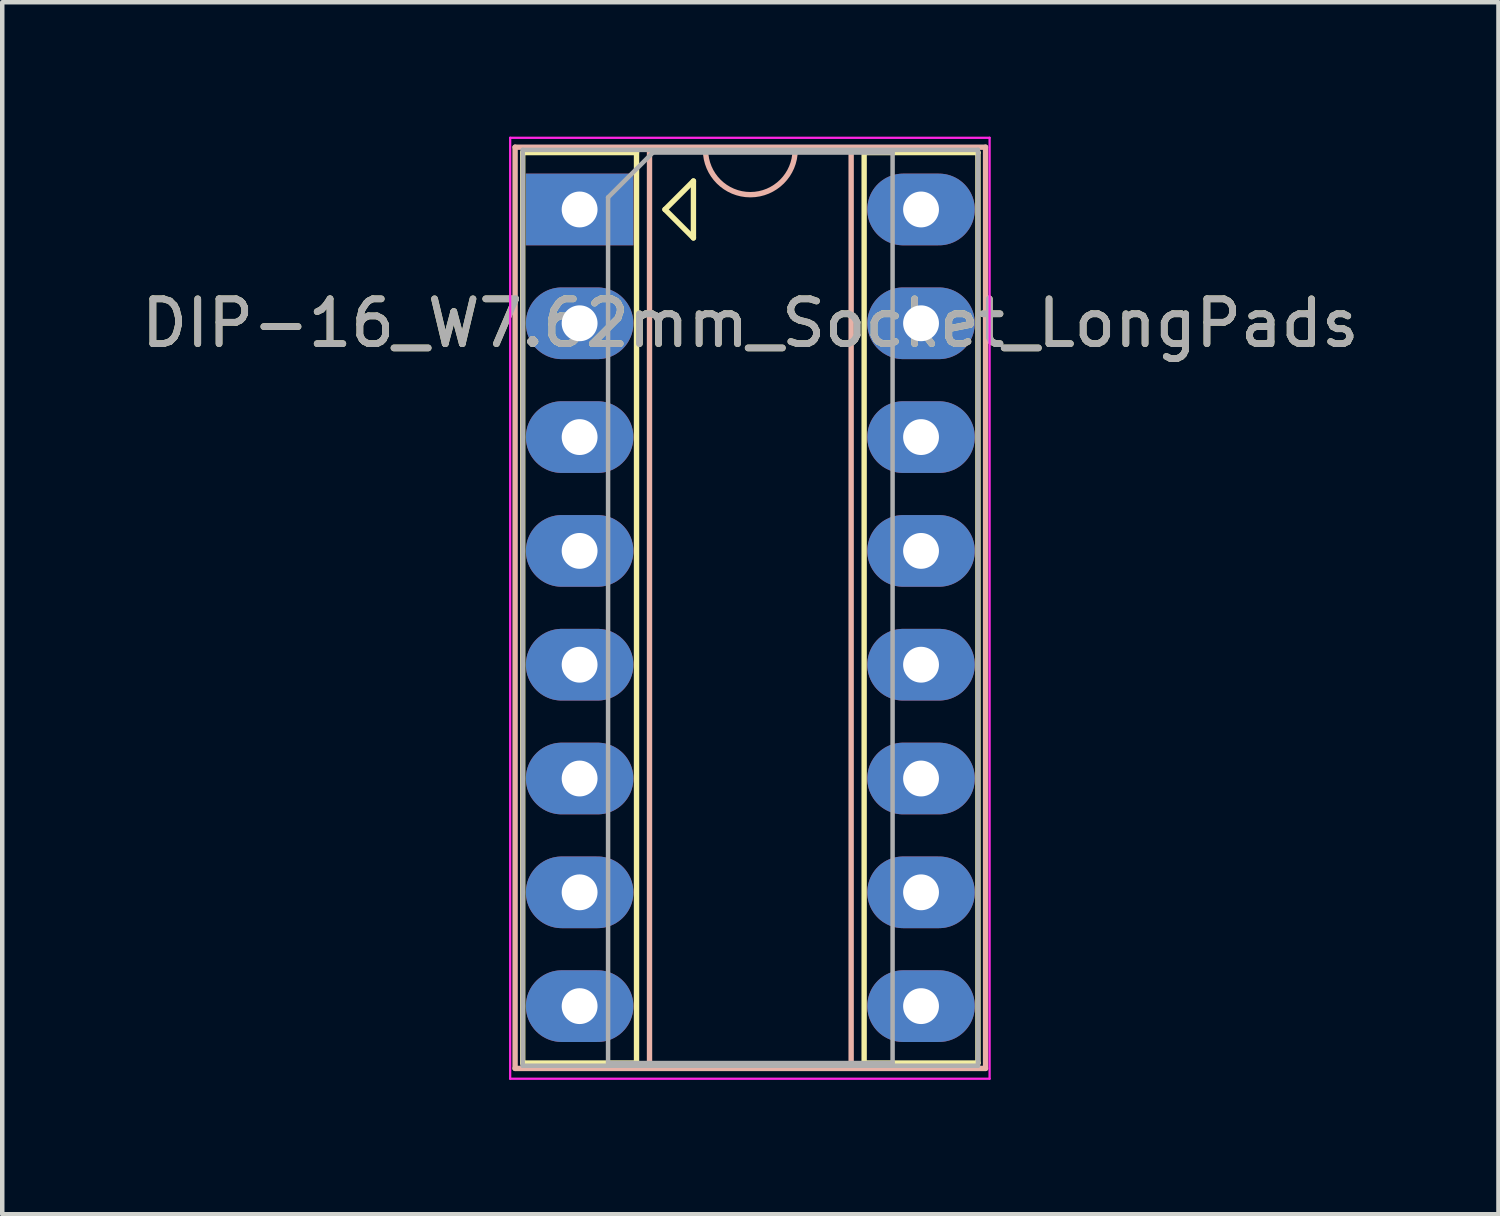
<source format=kicad_pcb>
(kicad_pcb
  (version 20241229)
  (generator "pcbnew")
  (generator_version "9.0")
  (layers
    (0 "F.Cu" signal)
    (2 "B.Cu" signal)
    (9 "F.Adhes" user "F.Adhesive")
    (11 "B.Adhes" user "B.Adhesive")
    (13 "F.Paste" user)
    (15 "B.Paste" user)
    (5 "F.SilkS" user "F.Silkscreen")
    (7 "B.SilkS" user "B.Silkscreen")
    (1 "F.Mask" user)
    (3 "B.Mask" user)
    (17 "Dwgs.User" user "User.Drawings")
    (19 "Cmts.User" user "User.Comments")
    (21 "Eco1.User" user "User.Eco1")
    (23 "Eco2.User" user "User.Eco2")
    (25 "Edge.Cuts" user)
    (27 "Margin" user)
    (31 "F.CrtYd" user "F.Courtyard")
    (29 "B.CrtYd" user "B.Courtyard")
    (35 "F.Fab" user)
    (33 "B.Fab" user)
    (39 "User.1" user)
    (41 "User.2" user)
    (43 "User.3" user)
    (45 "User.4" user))
  (footprint "DIP-16_W7.62mm_Socket_LongPads"
    (layer "F.Cu")
    (at 9.886 1.625)
    (property "Reference" "DIP-16_W7.62mm_Socket_LongPads" (at 3.81 2.54 0) (layer "F.SilkS") (effects (font (size 1 1) (thickness 0.15))))
    (attr through_hole)
    (fp_line (start -1.27 -1.27) (end 1.27 -1.27) (stroke (width 0.12) (type solid)) (layer "F.SilkS"))
    (fp_line (start -1.27 19.05) (end -1.27 -1.27) (stroke (width 0.12) (type solid)) (layer "F.SilkS"))
    (fp_line (start 1.27 -1.27) (end 1.27 19.05) (stroke (width 0.12) (type solid)) (layer "F.SilkS"))
    (fp_line (start 1.27 19.05) (end -1.27 19.05) (stroke (width 0.12) (type solid)) (layer "F.SilkS"))
    (fp_line (start 1.905 0) (end 2.54 -0.635) (stroke (width 0.12) (type solid)) (layer "F.SilkS"))
    (fp_line (start 2.54 -0.635) (end 2.54 0.635) (stroke (width 0.12) (type solid)) (layer "F.SilkS"))
    (fp_line (start 2.54 0.635) (end 1.905 0) (stroke (width 0.12) (type solid)) (layer "F.SilkS"))
    (fp_line (start 6.35 -1.27) (end 8.89 -1.27) (stroke (width 0.12) (type solid)) (layer "F.SilkS"))
    (fp_line (start 6.35 19.05) (end 6.35 -1.27) (stroke (width 0.12) (type solid)) (layer "F.SilkS"))
    (fp_line (start 8.89 -1.27) (end 8.89 19.05) (stroke (width 0.12) (type solid)) (layer "F.SilkS"))
    (fp_line (start 8.89 19.05) (end 6.35 19.05) (stroke (width 0.12) (type solid)) (layer "F.SilkS"))
    (fp_line (start -1.44 -1.39) (end -1.44 19.17) (stroke (width 0.12) (type solid)) (layer "B.SilkS"))
    (fp_line (start -1.44 19.17) (end 9.06 19.17) (stroke (width 0.12) (type solid)) (layer "B.SilkS"))
    (fp_line (start 1.56 -1.33) (end 1.56 19.11) (stroke (width 0.12) (type solid)) (layer "B.SilkS"))
    (fp_line (start 1.56 19.11) (end 6.06 19.11) (stroke (width 0.12) (type solid)) (layer "B.SilkS"))
    (fp_line (start 2.81 -1.33) (end 1.56 -1.33) (stroke (width 0.12) (type solid)) (layer "B.SilkS"))
    (fp_line (start 6.06 -1.33) (end 4.81 -1.33) (stroke (width 0.12) (type solid)) (layer "B.SilkS"))
    (fp_line (start 6.06 19.11) (end 6.06 -1.33) (stroke (width 0.12) (type solid)) (layer "B.SilkS"))
    (fp_line (start 9.06 -1.39) (end -1.44 -1.39) (stroke (width 0.12) (type solid)) (layer "B.SilkS"))
    (fp_line (start 9.06 19.17) (end 9.06 -1.39) (stroke (width 0.12) (type solid)) (layer "B.SilkS"))
    (fp_arc (start 4.81 -1.33) (mid 3.81 -0.33) (end 2.81 -1.33) (stroke (width 0.12) (type solid)) (layer "B.SilkS"))
    (fp_line (start -1.55 -1.6) (end -1.55 19.4) (stroke (width 0.05) (type solid)) (layer "F.CrtYd"))
    (fp_line (start -1.55 19.4) (end 9.15 19.4) (stroke (width 0.05) (type solid)) (layer "F.CrtYd"))
    (fp_line (start 9.15 -1.6) (end -1.55 -1.6) (stroke (width 0.05) (type solid)) (layer "F.CrtYd"))
    (fp_line (start 9.15 19.4) (end 9.15 -1.6) (stroke (width 0.05) (type solid)) (layer "F.CrtYd"))
    (fp_line (start -1.27 -1.33) (end -1.27 19.11) (stroke (width 0.1) (type solid)) (layer "F.Fab"))
    (fp_line (start -1.27 19.11) (end 8.89 19.11) (stroke (width 0.1) (type solid)) (layer "F.Fab"))
    (fp_line (start 0.635 -0.27) (end 1.635 -1.27) (stroke (width 0.1) (type solid)) (layer "F.Fab"))
    (fp_line (start 0.635 19.05) (end 0.635 -0.27) (stroke (width 0.1) (type solid)) (layer "F.Fab"))
    (fp_line (start 1.635 -1.27) (end 6.985 -1.27) (stroke (width 0.1) (type solid)) (layer "F.Fab"))
    (fp_line (start 6.985 -1.27) (end 6.985 19.05) (stroke (width 0.1) (type solid)) (layer "F.Fab"))
    (fp_line (start 6.985 19.05) (end 0.635 19.05) (stroke (width 0.1) (type solid)) (layer "F.Fab"))
    (fp_line (start 8.89 -1.33) (end -1.27 -1.33) (stroke (width 0.1) (type solid)) (layer "F.Fab"))
    (fp_line (start 8.89 19.11) (end 8.89 -1.33) (stroke (width 0.1) (type solid)) (layer "F.Fab"))
    (fp_text user "${REFERENCE}" (at 3.81 2.54 0) (layer "F.Fab") (effects (font (size 1 1) (thickness 0.15))))
    (pad "1" thru_hole rect (at 0 0) (size 2.4 1.6) (drill 0.8) (layers "*.Cu" "*.Mask"))
    (pad "2" thru_hole oval (at 0 2.54) (size 2.4 1.6) (drill 0.8) (layers "*.Cu" "*.Mask"))
    (pad "3" thru_hole oval (at 0 5.08) (size 2.4 1.6) (drill 0.8) (layers "*.Cu" "*.Mask"))
    (pad "4" thru_hole oval (at 0 7.62) (size 2.4 1.6) (drill 0.8) (layers "*.Cu" "*.Mask"))
    (pad "5" thru_hole oval (at 0 10.16) (size 2.4 1.6) (drill 0.8) (layers "*.Cu" "*.Mask"))
    (pad "6" thru_hole oval (at 0 12.7) (size 2.4 1.6) (drill 0.8) (layers "*.Cu" "*.Mask"))
    (pad "7" thru_hole oval (at 0 15.24) (size 2.4 1.6) (drill 0.8) (layers "*.Cu" "*.Mask"))
    (pad "8" thru_hole oval (at 0 17.78) (size 2.4 1.6) (drill 0.8) (layers "*.Cu" "*.Mask"))
    (pad "9" thru_hole oval (at 7.62 17.78) (size 2.4 1.6) (drill 0.8) (layers "*.Cu" "*.Mask"))
    (pad "10" thru_hole oval (at 7.62 15.24) (size 2.4 1.6) (drill 0.8) (layers "*.Cu" "*.Mask"))
    (pad "11" thru_hole oval (at 7.62 12.7) (size 2.4 1.6) (drill 0.8) (layers "*.Cu" "*.Mask"))
    (pad "12" thru_hole oval (at 7.62 10.16) (size 2.4 1.6) (drill 0.8) (layers "*.Cu" "*.Mask"))
    (pad "13" thru_hole oval (at 7.62 7.62) (size 2.4 1.6) (drill 0.8) (layers "*.Cu" "*.Mask"))
    (pad "14" thru_hole oval (at 7.62 5.08) (size 2.4 1.6) (drill 0.8) (layers "*.Cu" "*.Mask"))
    (pad "15" thru_hole oval (at 7.62 2.54) (size 2.4 1.6) (drill 0.8) (layers "*.Cu" "*.Mask"))
    (pad "16" thru_hole oval (at 7.62 0) (size 2.4 1.6) (drill 0.8) (layers "*.Cu" "*.Mask")))
  (gr_rect
    (start -3 -3)
    (end 30.393 24.05)
    (stroke (width 0.1) (type default))
    (fill no)
    (layer "Edge.Cuts")))
</source>
